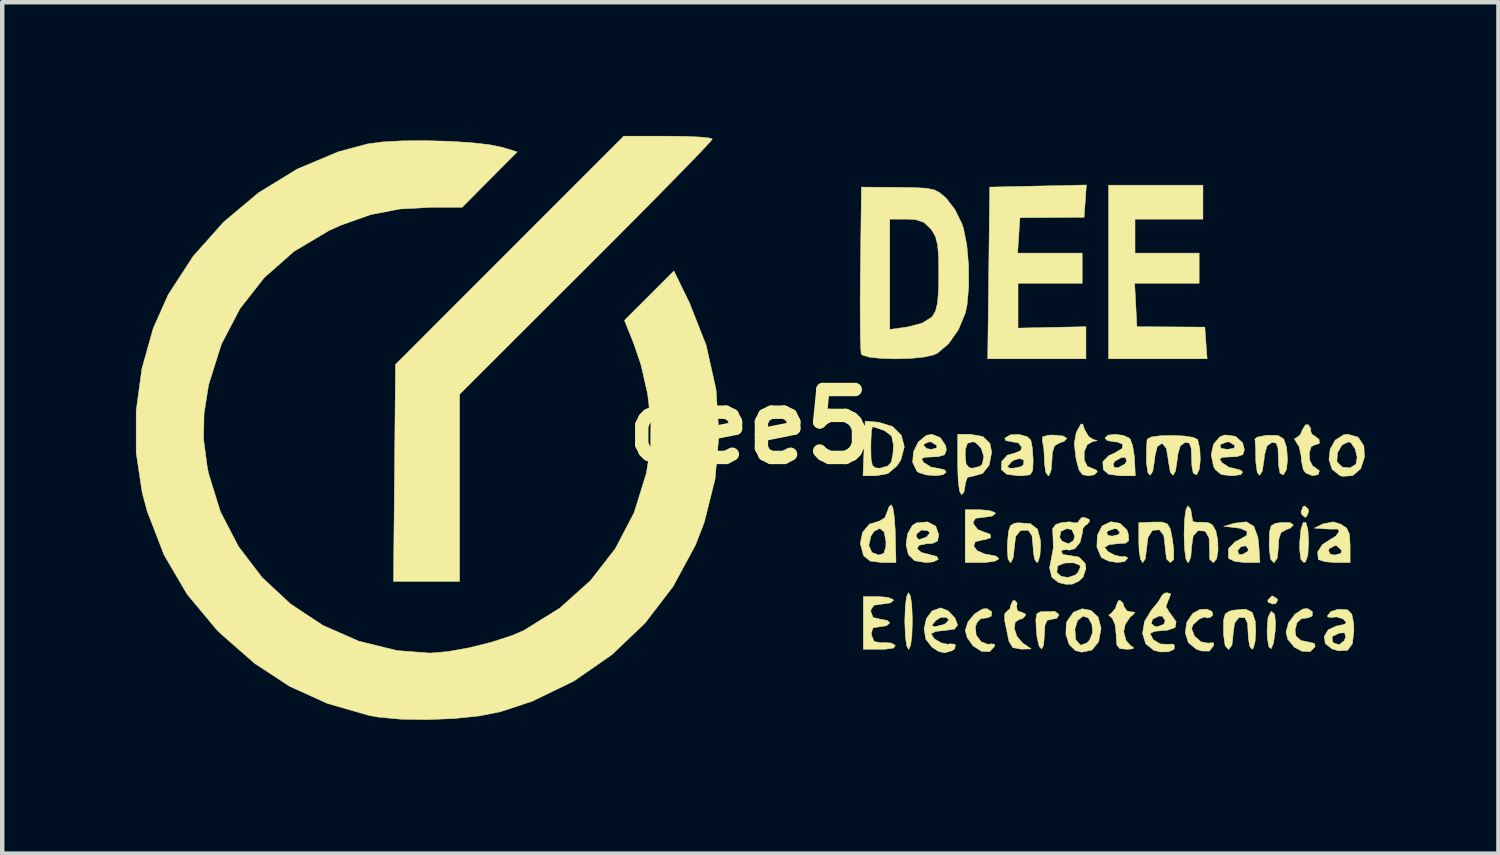
<source format=kicad_pcb>
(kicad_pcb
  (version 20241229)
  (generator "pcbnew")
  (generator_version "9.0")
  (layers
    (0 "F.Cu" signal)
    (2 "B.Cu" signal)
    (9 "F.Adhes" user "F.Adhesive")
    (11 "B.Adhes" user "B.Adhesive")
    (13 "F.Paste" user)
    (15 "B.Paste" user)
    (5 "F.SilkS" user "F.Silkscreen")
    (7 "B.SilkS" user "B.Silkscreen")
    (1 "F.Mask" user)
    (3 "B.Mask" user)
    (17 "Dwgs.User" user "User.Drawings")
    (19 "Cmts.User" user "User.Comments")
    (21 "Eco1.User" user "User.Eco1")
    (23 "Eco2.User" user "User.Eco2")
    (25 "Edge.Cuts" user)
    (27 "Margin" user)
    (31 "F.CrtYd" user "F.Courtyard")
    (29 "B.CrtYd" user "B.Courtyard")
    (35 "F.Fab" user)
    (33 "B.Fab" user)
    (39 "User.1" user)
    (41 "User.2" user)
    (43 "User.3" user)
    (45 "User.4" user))
  (footprint "dee5"
    (layer "F.Cu")
    (at 13.78 6.524)
    (property "Reference" "dee5" (at 0 0 0) (layer "F.SilkS") (effects (font (size 1.524 1.524) (thickness 0.3))))
    (attr through_hole)
    (fp_poly (pts (xy 11.826 3.863) (xy 11.837 3.888) (xy 11.796 3.966) (xy 11.726 3.979) (xy 11.621 3.936) (xy 11.616 3.888) (xy 11.703 3.801) (xy 11.726 3.797) (xy 11.826 3.863)) (stroke (width 0.01) (type solid)) (fill yes) (layer "F.SilkS"))
    (fp_poly (pts (xy 12.521 1.847) (xy 12.531 1.905) (xy 12.485 2.018) (xy 12.446 2.032) (xy 12.371 1.963) (xy 12.361 1.905) (xy 12.407 1.792) (xy 12.446 1.778) (xy 12.521 1.847)) (stroke (width 0.01) (type solid)) (fill yes) (layer "F.SilkS"))
    (fp_poly (pts (xy 11.77 4.211) (xy 11.789 4.411) (xy 11.782 4.572) (xy 11.743 4.858) (xy 11.69 4.98) (xy 11.638 4.938) (xy 11.604 4.732) (xy 11.599 4.572) (xy 11.62 4.281) (xy 11.681 4.155) (xy 11.705 4.149) (xy 11.77 4.211)) (stroke (width 0.01) (type solid)) (fill yes) (layer "F.SilkS"))
    (fp_poly (pts (xy 12.469 2.15) (xy 12.515 2.309) (xy 12.531 2.575) (xy 12.514 2.882) (xy 12.463 3.031) (xy 12.425 3.048) (xy 12.357 2.976) (xy 12.33 2.754) (xy 12.33 2.607) (xy 12.358 2.302) (xy 12.41 2.149) (xy 12.469 2.15)) (stroke (width 0.01) (type solid)) (fill yes) (layer "F.SilkS"))
    (fp_poly (pts (xy 10.16 -4.657) (xy 8.636 -4.657) (xy 8.636 -3.895) (xy 10.075 -3.895) (xy 10.075 -3.217) (xy 8.628 -3.217) (xy 8.678 -2.244) (xy 10.202 -2.235) (xy 10.228 -1.879) (xy 10.254 -1.524) (xy 8.043 -1.524) (xy 8.043 -5.419) (xy 10.16 -5.419) (xy 10.16 -4.657)) (stroke (width 0.01) (type solid)) (fill yes) (layer "F.SilkS"))
    (fp_poly (pts (xy 3.599 3.804) (xy 3.628 4.017) (xy 3.641 4.331) (xy 3.641 4.36) (xy 3.63 4.68) (xy 3.602 4.903) (xy 3.56 4.995) (xy 3.556 4.995) (xy 3.513 4.917) (xy 3.484 4.703) (xy 3.471 4.39) (xy 3.471 4.36) (xy 3.482 4.04) (xy 3.51 3.817) (xy 3.552 3.726) (xy 3.556 3.725) (xy 3.599 3.804)) (stroke (width 0.01) (type solid)) (fill yes) (layer "F.SilkS"))
    (fp_poly (pts (xy 12.117 2.153) (xy 12.19 2.205) (xy 12.123 2.275) (xy 12.023 2.311) (xy 11.909 2.378) (xy 11.861 2.532) (xy 11.853 2.701) (xy 11.829 2.946) (xy 11.76 3.046) (xy 11.748 3.048) (xy 11.677 2.97) (xy 11.647 2.735) (xy 11.646 2.613) (xy 11.654 2.357) (xy 11.69 2.224) (xy 11.781 2.169) (xy 11.921 2.148) (xy 12.117 2.153)) (stroke (width 0.01) (type solid)) (fill yes) (layer "F.SilkS"))
    (fp_poly (pts (xy 6.915 4.201) (xy 6.926 4.227) (xy 6.882 4.299) (xy 6.78 4.318) (xy 6.665 4.344) (xy 6.615 4.453) (xy 6.604 4.657) (xy 6.585 4.9) (xy 6.54 4.987) (xy 6.485 4.927) (xy 6.438 4.726) (xy 6.422 4.572) (xy 6.411 4.321) (xy 6.435 4.195) (xy 6.51 4.152) (xy 6.583 4.149) (xy 6.761 4.146) (xy 6.835 4.142) (xy 6.915 4.201)) (stroke (width 0.01) (type solid)) (fill yes) (layer "F.SilkS"))
    (fp_poly (pts (xy 7.025 0.208) (xy 7.108 0.262) (xy 7.044 0.328) (xy 6.943 0.363) (xy 6.829 0.43) (xy 6.781 0.584) (xy 6.773 0.754) (xy 6.755 0.969) (xy 6.709 1.091) (xy 6.689 1.101) (xy 6.635 1.026) (xy 6.606 0.839) (xy 6.604 0.769) (xy 6.592 0.521) (xy 6.563 0.334) (xy 6.556 0.312) (xy 6.563 0.226) (xy 6.692 0.19) (xy 6.81 0.186) (xy 7.025 0.208)) (stroke (width 0.01) (type solid)) (fill yes) (layer "F.SilkS"))
    (fp_poly (pts (xy 7.519 -5.061) (xy 7.493 -4.699) (xy 6.773 -4.694) (xy 6.054 -4.689) (xy 6.028 -4.292) (xy 6.002 -3.895) (xy 7.451 -3.895) (xy 7.451 -3.217) (xy 6.011 -3.217) (xy 6.011 -2.213) (xy 6.773 -2.229) (xy 7.535 -2.244) (xy 7.535 -1.884) (xy 7.535 -1.524) (xy 5.331 -1.524) (xy 5.354 -3.45) (xy 5.376 -5.376) (xy 6.461 -5.4) (xy 7.545 -5.424) (xy 7.519 -5.061)) (stroke (width 0.01) (type solid)) (fill yes) (layer "F.SilkS"))
    (fp_poly (pts (xy -1.454 -6.514) (xy -1.137 -6.5) (xy -0.923 -6.479) (xy -0.847 -6.454) (xy -0.905 -6.383) (xy -1.071 -6.204) (xy -1.335 -5.931) (xy -1.683 -5.573) (xy -2.105 -5.144) (xy -2.588 -4.656) (xy -3.122 -4.12) (xy -3.683 -3.559) (xy -6.519 -0.728) (xy -6.519 3.471) (xy -7.26 3.471) (xy -8.001 3.471) (xy -7.978 1.037) (xy -7.956 -1.397) (xy -5.397 -3.958) (xy -2.837 -6.519) (xy -1.842 -6.519) (xy -1.454 -6.514)) (stroke (width 0.01) (type solid)) (fill yes) (layer "F.SilkS"))
    (fp_poly (pts (xy 12.616 4.15) (xy 12.612 4.246) (xy 12.531 4.286) (xy 12.376 4.307) (xy 12.37 4.307) (xy 12.271 4.394) (xy 12.227 4.564) (xy 12.246 4.699) (xy 12.359 4.796) (xy 12.504 4.826) (xy 12.658 4.861) (xy 12.679 4.932) (xy 12.568 5.046) (xy 12.379 5.037) (xy 12.213 4.95) (xy 12.063 4.768) (xy 12.023 4.61) (xy 12.081 4.398) (xy 12.224 4.207) (xy 12.402 4.09) (xy 12.509 4.08) (xy 12.616 4.15)) (stroke (width 0.01) (type solid)) (fill yes) (layer "F.SilkS"))
    (fp_poly (pts (xy 5.419 4.15) (xy 5.415 4.246) (xy 5.334 4.286) (xy 5.18 4.307) (xy 5.175 4.307) (xy 5.095 4.387) (xy 5.055 4.489) (xy 5.071 4.673) (xy 5.183 4.824) (xy 5.338 4.884) (xy 5.394 4.873) (xy 5.484 4.879) (xy 5.482 4.932) (xy 5.373 5.047) (xy 5.197 5.042) (xy 5.004 4.919) (xy 5.001 4.916) (xy 4.871 4.731) (xy 4.826 4.572) (xy 4.887 4.38) (xy 5.035 4.201) (xy 5.212 4.09) (xy 5.312 4.08) (xy 5.419 4.15)) (stroke (width 0.01) (type solid)) (fill yes) (layer "F.SilkS"))
    (fp_poly (pts (xy 7.464 -0.059) (xy 7.502 0.059) (xy 7.598 0.222) (xy 7.692 0.282) (xy 7.788 0.313) (xy 7.719 0.327) (xy 7.693 0.329) (xy 7.563 0.404) (xy 7.496 0.564) (xy 7.497 0.747) (xy 7.566 0.889) (xy 7.671 0.931) (xy 7.778 0.98) (xy 7.789 1.016) (xy 7.717 1.081) (xy 7.589 1.101) (xy 7.461 1.077) (xy 7.382 0.977) (xy 7.322 0.758) (xy 7.31 0.699) (xy 7.273 0.376) (xy 7.315 0.143) (xy 7.341 0.085) (xy 7.422 -0.059) (xy 7.464 -0.059)) (stroke (width 0.01) (type solid)) (fill yes) (layer "F.SilkS"))
    (fp_poly (pts (xy 9.246 2.139) (xy 9.362 2.181) (xy 9.43 2.297) (xy 9.475 2.524) (xy 9.506 2.773) (xy 9.503 2.982) (xy 9.426 3.048) (xy 9.343 2.968) (xy 9.313 2.727) (xy 9.313 2.707) (xy 9.282 2.441) (xy 9.186 2.317) (xy 9.178 2.313) (xy 9.026 2.326) (xy 8.927 2.485) (xy 8.891 2.773) (xy 8.868 2.96) (xy 8.812 3.047) (xy 8.805 3.048) (xy 8.758 2.972) (xy 8.727 2.775) (xy 8.721 2.6) (xy 8.721 2.153) (xy 9.059 2.139) (xy 9.246 2.139)) (stroke (width 0.01) (type solid)) (fill yes) (layer "F.SilkS"))
    (fp_poly (pts (xy 10.36 4.143) (xy 10.384 4.223) (xy 10.337 4.271) (xy 10.252 4.293) (xy 10.245 4.278) (xy 10.183 4.272) (xy 10.075 4.318) (xy 9.941 4.437) (xy 9.906 4.527) (xy 9.97 4.699) (xy 10.118 4.827) (xy 10.284 4.857) (xy 10.301 4.851) (xy 10.401 4.848) (xy 10.399 4.913) (xy 10.305 5.034) (xy 10.127 5.032) (xy 10.014 4.993) (xy 9.834 4.845) (xy 9.763 4.625) (xy 9.796 4.389) (xy 9.929 4.191) (xy 10.084 4.104) (xy 10.244 4.092) (xy 10.36 4.143)) (stroke (width 0.01) (type solid)) (fill yes) (layer "F.SilkS"))
    (fp_poly (pts (xy 5.992 3.956) (xy 5.981 4.022) (xy 5.994 4.131) (xy 6.056 4.149) (xy 6.167 4.195) (xy 6.181 4.233) (xy 6.112 4.308) (xy 6.054 4.318) (xy 5.949 4.38) (xy 5.929 4.528) (xy 5.987 4.704) (xy 6.114 4.852) (xy 6.117 4.854) (xy 6.308 4.986) (xy 6.076 4.991) (xy 5.893 4.956) (xy 5.808 4.814) (xy 5.801 4.784) (xy 5.747 4.521) (xy 5.713 4.36) (xy 5.709 4.203) (xy 5.756 4.149) (xy 5.832 4.08) (xy 5.842 4.022) (xy 5.893 3.909) (xy 5.936 3.895) (xy 5.992 3.956)) (stroke (width 0.01) (type solid)) (fill yes) (layer "F.SilkS"))
    (fp_poly (pts (xy 6.289 2.175) (xy 6.45 2.302) (xy 6.516 2.558) (xy 6.519 2.67) (xy 6.502 2.896) (xy 6.46 3.031) (xy 6.435 3.048) (xy 6.381 2.973) (xy 6.352 2.786) (xy 6.35 2.714) (xy 6.324 2.445) (xy 6.239 2.322) (xy 6.081 2.33) (xy 6.061 2.337) (xy 5.959 2.46) (xy 5.927 2.718) (xy 5.906 2.927) (xy 5.856 3.041) (xy 5.838 3.048) (xy 5.787 2.97) (xy 5.77 2.754) (xy 5.774 2.61) (xy 5.797 2.352) (xy 5.842 2.218) (xy 5.933 2.166) (xy 6.011 2.155) (xy 6.289 2.175)) (stroke (width 0.01) (type solid)) (fill yes) (layer "F.SilkS"))
    (fp_poly (pts (xy 8.372 3.963) (xy 8.382 4.022) (xy 8.451 4.13) (xy 8.53 4.151) (xy 8.632 4.162) (xy 8.596 4.215) (xy 8.53 4.267) (xy 8.416 4.434) (xy 8.382 4.598) (xy 8.435 4.797) (xy 8.53 4.904) (xy 8.612 4.965) (xy 8.551 4.989) (xy 8.445 4.993) (xy 8.295 4.979) (xy 8.229 4.899) (xy 8.213 4.707) (xy 8.213 4.664) (xy 8.188 4.44) (xy 8.127 4.298) (xy 8.107 4.283) (xy 8.045 4.227) (xy 8.107 4.184) (xy 8.204 4.065) (xy 8.213 4.015) (xy 8.261 3.907) (xy 8.297 3.895) (xy 8.372 3.963)) (stroke (width 0.01) (type solid)) (fill yes) (layer "F.SilkS"))
    (fp_poly (pts (xy 11.267 4.166) (xy 11.334 4.363) (xy 11.345 4.581) (xy 11.33 4.82) (xy 11.29 4.969) (xy 11.261 4.995) (xy 11.207 4.92) (xy 11.178 4.734) (xy 11.176 4.671) (xy 11.16 4.407) (xy 11.101 4.285) (xy 10.985 4.28) (xy 10.956 4.291) (xy 10.87 4.408) (xy 10.837 4.654) (xy 10.837 4.666) (xy 10.812 4.899) (xy 10.741 4.994) (xy 10.732 4.995) (xy 10.658 4.914) (xy 10.623 4.673) (xy 10.62 4.579) (xy 10.624 4.329) (xy 10.662 4.198) (xy 10.759 4.138) (xy 10.852 4.116) (xy 11.115 4.092) (xy 11.267 4.166)) (stroke (width 0.01) (type solid)) (fill yes) (layer "F.SilkS"))
    (fp_poly (pts (xy 13.644 0.236) (xy 13.77 0.429) (xy 13.785 0.683) (xy 13.698 0.945) (xy 13.519 1.098) (xy 13.287 1.114) (xy 13.232 1.096) (xy 13.057 0.954) (xy 12.997 0.766) (xy 13.165 0.766) (xy 13.175 0.798) (xy 13.291 0.907) (xy 13.46 0.924) (xy 13.592 0.842) (xy 13.62 0.685) (xy 13.576 0.5) (xy 13.485 0.365) (xy 13.421 0.339) (xy 13.28 0.411) (xy 13.182 0.578) (xy 13.165 0.766) (xy 12.997 0.766) (xy 12.988 0.739) (xy 13.015 0.504) (xy 13.127 0.301) (xy 13.314 0.182) (xy 13.411 0.169) (xy 13.644 0.236)) (stroke (width 0.01) (type solid)) (fill yes) (layer "F.SilkS"))
    (fp_poly (pts (xy 5.377 1.881) (xy 5.495 1.928) (xy 5.503 1.947) (xy 5.43 2.006) (xy 5.251 2.032) (xy 5.243 2.032) (xy 5.06 2.054) (xy 5.006 2.135) (xy 5.011 2.18) (xy 5.108 2.308) (xy 5.229 2.355) (xy 5.39 2.414) (xy 5.399 2.491) (xy 5.26 2.538) (xy 5.214 2.54) (xy 5.053 2.581) (xy 5.017 2.676) (xy 5.092 2.781) (xy 5.265 2.855) (xy 5.32 2.863) (xy 5.528 2.906) (xy 5.582 2.964) (xy 5.494 3.017) (xy 5.277 3.047) (xy 5.207 3.048) (xy 4.826 3.048) (xy 4.826 1.863) (xy 5.165 1.863) (xy 5.377 1.881)) (stroke (width 0.01) (type solid)) (fill yes) (layer "F.SilkS"))
    (fp_poly (pts (xy 7.651 4.123) (xy 7.808 4.271) (xy 7.874 4.517) (xy 7.874 4.527) (xy 7.819 4.827) (xy 7.668 5.011) (xy 7.442 5.059) (xy 7.297 5.022) (xy 7.159 4.887) (xy 7.085 4.662) (xy 7.089 4.541) (xy 7.287 4.541) (xy 7.304 4.761) (xy 7.314 4.79) (xy 7.413 4.902) (xy 7.551 4.854) (xy 7.619 4.785) (xy 7.685 4.618) (xy 7.668 4.431) (xy 7.586 4.288) (xy 7.469 4.25) (xy 7.348 4.348) (xy 7.287 4.541) (xy 7.089 4.541) (xy 7.094 4.417) (xy 7.109 4.368) (xy 7.254 4.162) (xy 7.451 4.084) (xy 7.651 4.123)) (stroke (width 0.01) (type solid)) (fill yes) (layer "F.SilkS"))
    (fp_poly (pts (xy 11.301 2.233) (xy 11.392 2.474) (xy 11.413 2.655) (xy 11.439 3.048) (xy 11.105 3.048) (xy 10.876 3.023) (xy 10.743 2.96) (xy 10.732 2.942) (xy 10.732 2.781) (xy 10.94 2.781) (xy 10.965 2.865) (xy 11.044 2.866) (xy 11.163 2.799) (xy 11.18 2.752) (xy 11.122 2.673) (xy 11.013 2.691) (xy 10.94 2.781) (xy 10.732 2.781) (xy 10.732 2.736) (xy 10.887 2.577) (xy 10.973 2.537) (xy 11.144 2.438) (xy 11.15 2.347) (xy 10.996 2.281) (xy 10.901 2.266) (xy 10.626 2.236) (xy 10.872 2.164) (xy 11.132 2.134) (xy 11.301 2.233)) (stroke (width 0.01) (type solid)) (fill yes) (layer "F.SilkS"))
    (fp_poly (pts (xy 11.845 0.197) (xy 11.975 0.278) (xy 12.038 0.468) (xy 12.057 0.744) (xy 12.035 0.959) (xy 11.968 1.075) (xy 11.959 1.079) (xy 11.889 1.043) (xy 11.857 0.865) (xy 11.853 0.721) (xy 11.843 0.479) (xy 11.803 0.369) (xy 11.717 0.352) (xy 11.705 0.354) (xy 11.599 0.43) (xy 11.542 0.628) (xy 11.531 0.742) (xy 11.491 0.998) (xy 11.433 1.091) (xy 11.378 1.025) (xy 11.347 0.801) (xy 11.345 0.72) (xy 11.341 0.476) (xy 11.33 0.309) (xy 11.324 0.277) (xy 11.385 0.232) (xy 11.561 0.197) (xy 11.623 0.191) (xy 11.845 0.197)) (stroke (width 0.01) (type solid)) (fill yes) (layer "F.SilkS"))
    (fp_poly (pts (xy 12.584 0.051) (xy 12.575 0.082) (xy 12.601 0.166) (xy 12.658 0.2) (xy 12.764 0.283) (xy 12.775 0.374) (xy 12.687 0.404) (xy 12.679 0.402) (xy 12.588 0.45) (xy 12.546 0.591) (xy 12.557 0.758) (xy 12.623 0.881) (xy 12.652 0.899) (xy 12.773 0.989) (xy 12.746 1.073) (xy 12.624 1.101) (xy 12.465 1.038) (xy 12.413 0.967) (xy 12.37 0.771) (xy 12.361 0.645) (xy 12.318 0.448) (xy 12.26 0.356) (xy 12.209 0.269) (xy 12.25 0.254) (xy 12.342 0.183) (xy 12.388 0.076) (xy 12.459 -0.042) (xy 12.526 -0.045) (xy 12.584 0.051)) (stroke (width 0.01) (type solid)) (fill yes) (layer "F.SilkS"))
    (fp_poly (pts (xy 3.091 3.829) (xy 3.209 3.876) (xy 3.217 3.895) (xy 3.144 3.954) (xy 2.966 3.979) (xy 2.963 3.979) (xy 2.777 4.006) (xy 2.712 4.105) (xy 2.709 4.149) (xy 2.759 4.281) (xy 2.921 4.318) (xy 3.08 4.347) (xy 3.133 4.403) (xy 3.06 4.466) (xy 2.915 4.487) (xy 2.757 4.515) (xy 2.719 4.627) (xy 2.725 4.678) (xy 2.781 4.817) (xy 2.929 4.847) (xy 2.976 4.842) (xy 3.163 4.853) (xy 3.257 4.906) (xy 3.221 4.965) (xy 3.027 4.993) (xy 2.926 4.995) (xy 2.54 4.995) (xy 2.54 3.81) (xy 2.879 3.81) (xy 3.091 3.829)) (stroke (width 0.01) (type solid)) (fill yes) (layer "F.SilkS"))
    (fp_poly (pts (xy 2.879 -0.101) (xy 3.193 -0.006) (xy 3.392 0.189) (xy 3.46 0.451) (xy 3.383 0.744) (xy 3.296 0.878) (xy 3.091 1.052) (xy 2.826 1.101) (xy 2.533 1.101) (xy 2.557 0.487) (xy 2.558 0.466) (xy 2.709 0.466) (xy 2.715 0.733) (xy 2.745 0.872) (xy 2.816 0.924) (xy 2.912 0.931) (xy 3.089 0.881) (xy 3.166 0.797) (xy 3.204 0.615) (xy 3.217 0.414) (xy 3.174 0.207) (xy 3.018 0.09) (xy 3 0.083) (xy 2.828 0.022) (xy 2.746 0) (xy 2.726 0.077) (xy 2.713 0.274) (xy 2.709 0.466) (xy 2.558 0.466) (xy 2.582 -0.127) (xy 2.879 -0.101)) (stroke (width 0.01) (type solid)) (fill yes) (layer "F.SilkS"))
    (fp_poly (pts (xy 3.204 1.823) (xy 3.235 2.022) (xy 3.255 2.312) (xy 3.258 2.392) (xy 3.273 3.048) (xy 2.952 3.048) (xy 2.694 3.014) (xy 2.553 2.901) (xy 2.543 2.884) (xy 2.483 2.66) (xy 2.663 2.66) (xy 2.732 2.82) (xy 2.888 2.879) (xy 2.999 2.842) (xy 3.044 2.702) (xy 3.048 2.582) (xy 3.008 2.363) (xy 2.909 2.281) (xy 2.781 2.348) (xy 2.713 2.449) (xy 2.663 2.66) (xy 2.483 2.66) (xy 2.472 2.617) (xy 2.524 2.369) (xy 2.675 2.186) (xy 2.901 2.117) (xy 3.021 2.045) (xy 3.063 1.944) (xy 3.117 1.796) (xy 3.166 1.753) (xy 3.204 1.823)) (stroke (width 0.01) (type solid)) (fill yes) (layer "F.SilkS"))
    (fp_poly (pts (xy 4.163 2.23) (xy 4.233 2.418) (xy 4.233 2.419) (xy 4.206 2.565) (xy 4.09 2.619) (xy 3.972 2.625) (xy 3.789 2.66) (xy 3.747 2.738) (xy 3.841 2.821) (xy 4.007 2.863) (xy 4.191 2.912) (xy 4.222 2.978) (xy 4.111 3.032) (xy 3.94 3.048) (xy 3.691 3.007) (xy 3.553 2.874) (xy 3.498 2.646) (xy 3.525 2.46) (xy 3.725 2.46) (xy 3.78 2.535) (xy 3.933 2.485) (xy 3.967 2.465) (xy 4.032 2.381) (xy 3.988 2.334) (xy 3.843 2.318) (xy 3.737 2.406) (xy 3.725 2.46) (xy 3.525 2.46) (xy 3.533 2.404) (xy 3.639 2.216) (xy 3.731 2.157) (xy 3.982 2.136) (xy 4.163 2.23)) (stroke (width 0.01) (type solid)) (fill yes) (layer "F.SilkS"))
    (fp_poly (pts (xy 5.224 0.22) (xy 5.382 0.375) (xy 5.419 0.573) (xy 5.364 0.864) (xy 5.215 1.049) (xy 5.035 1.101) (xy 4.876 1.136) (xy 4.827 1.276) (xy 4.826 1.312) (xy 4.797 1.471) (xy 4.741 1.524) (xy 4.699 1.445) (xy 4.67 1.229) (xy 4.657 0.907) (xy 4.657 0.847) (xy 4.657 0.635) (xy 4.826 0.635) (xy 4.846 0.84) (xy 4.92 0.922) (xy 4.99 0.931) (xy 5.154 0.89) (xy 5.21 0.842) (xy 5.243 0.666) (xy 5.183 0.48) (xy 5.061 0.355) (xy 4.994 0.339) (xy 4.878 0.372) (xy 4.831 0.504) (xy 4.826 0.635) (xy 4.657 0.635) (xy 4.657 0.169) (xy 4.936 0.169) (xy 5.224 0.22)) (stroke (width 0.01) (type solid)) (fill yes) (layer "F.SilkS"))
    (fp_poly (pts (xy 8.375 0.195) (xy 8.513 0.26) (xy 8.527 0.275) (xy 8.582 0.422) (xy 8.62 0.66) (xy 8.626 0.741) (xy 8.643 1.101) (xy 8.31 1.101) (xy 8.045 1.067) (xy 7.925 0.966) (xy 7.916 0.834) (xy 8.146 0.834) (xy 8.171 0.918) (xy 8.259 0.918) (xy 8.408 0.837) (xy 8.448 0.775) (xy 8.423 0.691) (xy 8.335 0.69) (xy 8.187 0.772) (xy 8.146 0.834) (xy 7.916 0.834) (xy 7.913 0.786) (xy 8.046 0.65) (xy 8.179 0.59) (xy 8.346 0.489) (xy 8.364 0.395) (xy 8.234 0.342) (xy 8.17 0.339) (xy 8.011 0.31) (xy 7.959 0.254) (xy 8.028 0.19) (xy 8.19 0.171) (xy 8.375 0.195)) (stroke (width 0.01) (type solid)) (fill yes) (layer "F.SilkS"))
    (fp_poly (pts (xy 9.886 1.85) (xy 9.906 1.982) (xy 9.934 2.129) (xy 10.044 2.148) (xy 10.076 2.141) (xy 10.275 2.151) (xy 10.372 2.202) (xy 10.45 2.338) (xy 10.493 2.549) (xy 10.499 2.777) (xy 10.468 2.962) (xy 10.397 3.047) (xy 10.389 3.048) (xy 10.311 2.973) (xy 10.307 2.773) (xy 10.298 2.498) (xy 10.211 2.344) (xy 10.057 2.331) (xy 10.047 2.335) (xy 9.942 2.448) (xy 9.906 2.694) (xy 9.906 2.718) (xy 9.887 2.927) (xy 9.839 3.041) (xy 9.821 3.048) (xy 9.779 2.969) (xy 9.749 2.756) (xy 9.737 2.443) (xy 9.737 2.413) (xy 9.747 2.093) (xy 9.776 1.87) (xy 9.817 1.779) (xy 9.821 1.778) (xy 9.886 1.85)) (stroke (width 0.01) (type solid)) (fill yes) (layer "F.SilkS"))
    (fp_poly (pts (xy 13.251 2.186) (xy 13.385 2.274) (xy 13.447 2.413) (xy 13.462 2.661) (xy 13.462 2.665) (xy 13.462 3.048) (xy 13.128 3.048) (xy 12.904 3.03) (xy 12.762 2.986) (xy 12.747 2.971) (xy 12.734 2.81) (xy 12.758 2.773) (xy 12.975 2.773) (xy 13.014 2.858) (xy 13.123 2.879) (xy 13.258 2.84) (xy 13.271 2.773) (xy 13.168 2.675) (xy 13.123 2.667) (xy 12.996 2.734) (xy 12.975 2.773) (xy 12.758 2.773) (xy 12.841 2.642) (xy 13.008 2.536) (xy 13.141 2.454) (xy 13.213 2.358) (xy 13.195 2.298) (xy 13.145 2.296) (xy 13.018 2.298) (xy 12.869 2.29) (xy 12.658 2.275) (xy 12.849 2.182) (xy 13.079 2.135) (xy 13.251 2.186)) (stroke (width 0.01) (type solid)) (fill yes) (layer "F.SilkS"))
    (fp_poly (pts (xy 4.266 0.243) (xy 4.387 0.423) (xy 4.403 0.525) (xy 4.363 0.63) (xy 4.217 0.673) (xy 4.096 0.677) (xy 3.902 0.687) (xy 3.848 0.728) (xy 3.895 0.804) (xy 4.059 0.906) (xy 4.201 0.931) (xy 4.355 0.962) (xy 4.403 1.016) (xy 4.331 1.077) (xy 4.162 1.099) (xy 3.959 1.083) (xy 3.789 1.032) (xy 3.742 0.999) (xy 3.647 0.801) (xy 3.665 0.563) (xy 3.734 0.423) (xy 3.895 0.423) (xy 3.966 0.491) (xy 4.069 0.508) (xy 4.186 0.475) (xy 4.191 0.423) (xy 4.068 0.345) (xy 4.017 0.339) (xy 3.907 0.386) (xy 3.895 0.423) (xy 3.734 0.423) (xy 3.773 0.342) (xy 3.949 0.197) (xy 4.075 0.169) (xy 4.266 0.243)) (stroke (width 0.01) (type solid)) (fill yes) (layer "F.SilkS"))
    (fp_poly (pts (xy 10.891 0.216) (xy 11.051 0.362) (xy 11.091 0.518) (xy 11.055 0.627) (xy 10.918 0.672) (xy 10.785 0.677) (xy 10.591 0.687) (xy 10.537 0.728) (xy 10.583 0.804) (xy 10.748 0.913) (xy 10.843 0.931) (xy 11 0.973) (xy 11.049 1.016) (xy 11.013 1.074) (xy 10.84 1.1) (xy 10.798 1.101) (xy 10.571 1.073) (xy 10.44 0.966) (xy 10.397 0.886) (xy 10.344 0.627) (xy 10.392 0.423) (xy 10.541 0.423) (xy 10.571 0.486) (xy 10.71 0.508) (xy 10.857 0.482) (xy 10.88 0.423) (xy 10.757 0.345) (xy 10.71 0.339) (xy 10.568 0.392) (xy 10.541 0.423) (xy 10.392 0.423) (xy 10.4 0.388) (xy 10.544 0.223) (xy 10.653 0.184) (xy 10.891 0.216)) (stroke (width 0.01) (type solid)) (fill yes) (layer "F.SilkS"))
    (fp_poly (pts (xy 6.222 0.227) (xy 6.299 0.303) (xy 6.332 0.473) (xy 6.349 0.72) (xy 6.35 0.769) (xy 6.341 0.983) (xy 6.282 1.077) (xy 6.123 1.1) (xy 6.02 1.101) (xy 5.76 1.068) (xy 5.639 0.965) (xy 5.638 0.963) (xy 5.64 0.898) (xy 5.771 0.898) (xy 5.824 0.929) (xy 5.904 0.931) (xy 6.071 0.899) (xy 6.135 0.853) (xy 6.143 0.751) (xy 6.05 0.713) (xy 5.916 0.75) (xy 5.858 0.794) (xy 5.771 0.898) (xy 5.64 0.898) (xy 5.644 0.78) (xy 5.771 0.638) (xy 5.937 0.593) (xy 6.069 0.537) (xy 6.096 0.466) (xy 6.022 0.364) (xy 5.879 0.339) (xy 5.735 0.312) (xy 5.715 0.254) (xy 5.844 0.181) (xy 6.041 0.174) (xy 6.222 0.227)) (stroke (width 0.01) (type solid)) (fill yes) (layer "F.SilkS"))
    (fp_poly (pts (xy 8.298 2.168) (xy 8.452 2.313) (xy 8.487 2.412) (xy 8.497 2.556) (xy 8.42 2.614) (xy 8.243 2.625) (xy 8.052 2.647) (xy 7.96 2.703) (xy 7.959 2.712) (xy 8.029 2.803) (xy 8.185 2.884) (xy 8.345 2.918) (xy 8.403 2.906) (xy 8.463 2.932) (xy 8.467 2.958) (xy 8.398 3.028) (xy 8.235 3.046) (xy 8.046 3.016) (xy 7.895 2.942) (xy 7.874 2.921) (xy 7.78 2.696) (xy 7.791 2.434) (xy 7.823 2.371) (xy 8.001 2.371) (xy 8.027 2.437) (xy 8.123 2.455) (xy 8.263 2.421) (xy 8.297 2.371) (xy 8.229 2.295) (xy 8.175 2.286) (xy 8.031 2.338) (xy 8.001 2.371) (xy 7.823 2.371) (xy 7.899 2.225) (xy 8.091 2.132) (xy 8.298 2.168)) (stroke (width 0.01) (type solid)) (fill yes) (layer "F.SilkS"))
    (fp_poly (pts (xy 13.378 4.104) (xy 13.408 4.113) (xy 13.5 4.205) (xy 13.542 4.41) (xy 13.547 4.571) (xy 13.514 4.866) (xy 13.407 5.015) (xy 13.21 5.03) (xy 13.057 4.985) (xy 12.905 4.866) (xy 12.882 4.71) (xy 13.057 4.71) (xy 13.067 4.822) (xy 13.097 4.856) (xy 13.221 4.89) (xy 13.332 4.798) (xy 13.361 4.72) (xy 13.339 4.624) (xy 13.213 4.631) (xy 13.057 4.71) (xy 12.882 4.71) (xy 12.881 4.705) (xy 12.97 4.556) (xy 13.158 4.469) (xy 13.194 4.465) (xy 13.339 4.432) (xy 13.377 4.394) (xy 13.308 4.315) (xy 13.162 4.267) (xy 13.032 4.28) (xy 13.031 4.28) (xy 12.959 4.269) (xy 12.954 4.244) (xy 13.026 4.149) (xy 13.192 4.096) (xy 13.378 4.104)) (stroke (width 0.01) (type solid)) (fill yes) (layer "F.SilkS"))
    (fp_poly (pts (xy 4.444 4.132) (xy 4.595 4.288) (xy 4.657 4.451) (xy 4.583 4.543) (xy 4.36 4.572) (xy 4.164 4.593) (xy 4.067 4.643) (xy 4.064 4.654) (xy 4.133 4.758) (xy 4.287 4.849) (xy 4.44 4.883) (xy 4.483 4.871) (xy 4.591 4.881) (xy 4.608 4.9) (xy 4.585 4.99) (xy 4.522 5.029) (xy 4.361 5.074) (xy 4.228 5.041) (xy 4.083 4.948) (xy 3.942 4.768) (xy 3.903 4.536) (xy 3.922 4.454) (xy 4.078 4.454) (xy 4.12 4.485) (xy 4.152 4.486) (xy 4.335 4.441) (xy 4.391 4.412) (xy 4.458 4.333) (xy 4.404 4.276) (xy 4.272 4.279) (xy 4.165 4.35) (xy 4.078 4.454) (xy 3.922 4.454) (xy 3.955 4.306) (xy 4.085 4.131) (xy 4.276 4.064) (xy 4.444 4.132)) (stroke (width 0.01) (type solid)) (fill yes) (layer "F.SilkS"))
    (fp_poly (pts (xy 9.74 0.208) (xy 9.947 0.24) (xy 10.042 0.289) (xy 10.09 0.5) (xy 10.101 0.743) (xy 10.078 0.955) (xy 10.023 1.073) (xy 10.012 1.079) (xy 9.942 1.043) (xy 9.91 0.866) (xy 9.906 0.721) (xy 9.896 0.479) (xy 9.855 0.369) (xy 9.769 0.352) (xy 9.758 0.354) (xy 9.651 0.43) (xy 9.595 0.628) (xy 9.584 0.742) (xy 9.544 0.998) (xy 9.486 1.09) (xy 9.427 1.016) (xy 9.385 0.776) (xy 9.382 0.741) (xy 9.34 0.489) (xy 9.259 0.386) (xy 9.229 0.381) (xy 9.135 0.446) (xy 9.084 0.655) (xy 9.076 0.741) (xy 9.035 0.997) (xy 8.977 1.091) (xy 8.922 1.025) (xy 8.892 0.801) (xy 8.89 0.72) (xy 8.894 0.476) (xy 8.905 0.309) (xy 8.911 0.278) (xy 9.006 0.229) (xy 9.213 0.202) (xy 9.476 0.195) (xy 9.74 0.208)) (stroke (width 0.01) (type solid)) (fill yes) (layer "F.SilkS"))
    (fp_poly (pts (xy 9.438 3.751) (xy 9.402 3.856) (xy 9.384 3.886) (xy 9.331 4.038) (xy 9.414 4.177) (xy 9.425 4.188) (xy 9.559 4.376) (xy 9.535 4.506) (xy 9.357 4.568) (xy 9.271 4.572) (xy 9.075 4.591) (xy 8.977 4.637) (xy 8.975 4.646) (xy 9.045 4.778) (xy 9.2 4.873) (xy 9.352 4.882) (xy 9.486 4.877) (xy 9.522 4.905) (xy 9.512 4.996) (xy 9.387 5.05) (xy 9.2 5.053) (xy 9.059 5.018) (xy 8.876 4.871) (xy 8.805 4.64) (xy 8.841 4.417) (xy 9 4.417) (xy 9.086 4.483) (xy 9.137 4.487) (xy 9.282 4.434) (xy 9.313 4.354) (xy 9.25 4.252) (xy 9.172 4.248) (xy 9.031 4.319) (xy 9 4.417) (xy 8.841 4.417) (xy 8.848 4.371) (xy 9.007 4.109) (xy 9.017 4.098) (xy 9.156 3.93) (xy 9.227 3.81) (xy 9.229 3.798) (xy 9.297 3.734) (xy 9.356 3.725) (xy 9.438 3.751)) (stroke (width 0.01) (type solid)) (fill yes) (layer "F.SilkS"))
    (fp_poly (pts (xy 3.324 -5.371) (xy 3.707 -5.365) (xy 3.964 -5.349) (xy 4.134 -5.313) (xy 4.261 -5.246) (xy 4.385 -5.14) (xy 4.405 -5.12) (xy 4.595 -4.873) (xy 4.752 -4.555) (xy 4.786 -4.454) (xy 4.862 -4.077) (xy 4.902 -3.619) (xy 4.904 -3.149) (xy 4.868 -2.736) (xy 4.828 -2.548) (xy 4.674 -2.177) (xy 4.453 -1.862) (xy 4.204 -1.651) (xy 4.115 -1.61) (xy 3.89 -1.561) (xy 3.589 -1.532) (xy 3.255 -1.523) (xy 2.935 -1.533) (xy 2.674 -1.561) (xy 2.517 -1.608) (xy 2.493 -1.632) (xy 2.482 -1.745) (xy 2.474 -2.002) (xy 2.47 -2.375) (xy 2.469 -2.838) (xy 2.473 -3.364) (xy 2.475 -3.558) (xy 2.489 -4.657) (xy 3.133 -4.657) (xy 3.133 -2.182) (xy 3.535 -2.239) (xy 3.859 -2.323) (xy 4.076 -2.459) (xy 4.085 -2.469) (xy 4.16 -2.594) (xy 4.205 -2.778) (xy 4.228 -3.059) (xy 4.233 -3.427) (xy 4.228 -3.817) (xy 4.206 -4.081) (xy 4.16 -4.261) (xy 4.084 -4.399) (xy 4.058 -4.434) (xy 3.903 -4.583) (xy 3.707 -4.647) (xy 3.508 -4.657) (xy 3.133 -4.657) (xy 2.489 -4.657) (xy 2.498 -5.376) (xy 3.324 -5.371)) (stroke (width 0.01) (type solid)) (fill yes) (layer "F.SilkS"))
    (fp_poly (pts (xy 7.606 2.078) (xy 7.62 2.117) (xy 7.556 2.199) (xy 7.535 2.201) (xy 7.471 2.273) (xy 7.451 2.403) (xy 7.403 2.595) (xy 7.289 2.735) (xy 7.156 2.772) (xy 7.122 2.758) (xy 7.009 2.766) (xy 6.986 2.793) (xy 7.01 2.861) (xy 7.1 2.879) (xy 7.377 2.924) (xy 7.516 3.064) (xy 7.535 3.181) (xy 7.471 3.375) (xy 7.372 3.468) (xy 7.224 3.533) (xy 7.085 3.535) (xy 6.925 3.498) (xy 6.771 3.381) (xy 6.743 3.267) (xy 6.881 3.267) (xy 6.975 3.356) (xy 7.13 3.382) (xy 7.291 3.33) (xy 7.355 3.273) (xy 7.409 3.15) (xy 7.393 3.104) (xy 7.256 3.054) (xy 7.066 3.058) (xy 6.919 3.112) (xy 6.9 3.133) (xy 6.881 3.267) (xy 6.743 3.267) (xy 6.718 3.167) (xy 6.76 2.953) (xy 6.803 2.722) (xy 6.796 2.481) (xy 6.946 2.481) (xy 6.999 2.568) (xy 7.143 2.626) (xy 7.257 2.553) (xy 7.281 2.455) (xy 7.221 2.314) (xy 7.112 2.286) (xy 6.972 2.347) (xy 6.946 2.481) (xy 6.796 2.481) (xy 6.796 2.48) (xy 6.786 2.286) (xy 6.859 2.193) (xy 6.971 2.155) (xy 7.166 2.133) (xy 7.277 2.156) (xy 7.358 2.154) (xy 7.366 2.122) (xy 7.434 2.042) (xy 7.493 2.032) (xy 7.606 2.078)) (stroke (width 0.01) (type solid)) (fill yes) (layer "F.SilkS"))
    (fp_poly (pts (xy -6.773 -6.405) (xy -6.278 -6.375) (xy -5.858 -6.329) (xy -5.56 -6.269) (xy -5.555 -6.267) (xy -5.226 -6.166) (xy -5.843 -5.545) (xy -6.459 -4.924) (xy -7.121 -4.924) (xy -7.859 -4.885) (xy -8.518 -4.757) (xy -9.176 -4.523) (xy -9.453 -4.398) (xy -10.231 -3.935) (xy -10.898 -3.348) (xy -11.445 -2.651) (xy -11.862 -1.853) (xy -12.141 -0.968) (xy -12.155 -0.905) (xy -12.252 -0.288) (xy -12.262 0.28) (xy -12.183 0.885) (xy -12.15 1.051) (xy -11.885 1.906) (xy -11.479 2.688) (xy -10.949 3.383) (xy -10.31 3.978) (xy -9.582 4.459) (xy -8.78 4.811) (xy -7.922 5.022) (xy -7.191 5.079) (xy -6.788 5.046) (xy -6.3 4.959) (xy -5.793 4.832) (xy -5.337 4.683) (xy -5.075 4.57) (xy -4.268 4.068) (xy -3.581 3.452) (xy -3.024 2.735) (xy -2.603 1.929) (xy -2.328 1.045) (xy -2.233 0.451) (xy -2.226 -0.106) (xy -2.3 -0.739) (xy -2.446 -1.381) (xy -2.605 -1.85) (xy -2.819 -2.387) (xy -1.71 -3.495) (xy -1.363 -2.785) (xy -0.987 -1.831) (xy -0.765 -0.838) (xy -0.698 0.172) (xy -0.786 1.175) (xy -1.03 2.15) (xy -1.228 2.66) (xy -1.726 3.581) (xy -2.355 4.404) (xy -3.102 5.116) (xy -3.952 5.706) (xy -4.891 6.161) (xy -5.608 6.397) (xy -6.076 6.489) (xy -6.644 6.548) (xy -7.253 6.572) (xy -7.843 6.562) (xy -8.356 6.514) (xy -8.551 6.478) (xy -9.487 6.208) (xy -10.331 5.825) (xy -11.115 5.312) (xy -11.871 4.65) (xy -11.98 4.541) (xy -12.632 3.759) (xy -13.149 2.877) (xy -13.527 1.899) (xy -13.639 1.482) (xy -13.775 0.584) (xy -13.775 -0.359) (xy -13.646 -1.304) (xy -13.393 -2.206) (xy -13.056 -2.963) (xy -12.495 -3.826) (xy -11.812 -4.593) (xy -11.028 -5.25) (xy -10.162 -5.781) (xy -9.236 -6.17) (xy -8.579 -6.346) (xy -8.246 -6.39) (xy -7.804 -6.414) (xy -7.297 -6.418) (xy -6.773 -6.405)) (stroke (width 0.01) (type solid)) (fill yes) (layer "F.SilkS")))
  (gr_rect
    (start -3 -3)
    (end 30.57 16.102)
    (stroke (width 0.1) (type default))
    (fill no)
    (layer "Edge.Cuts")))
</source>
